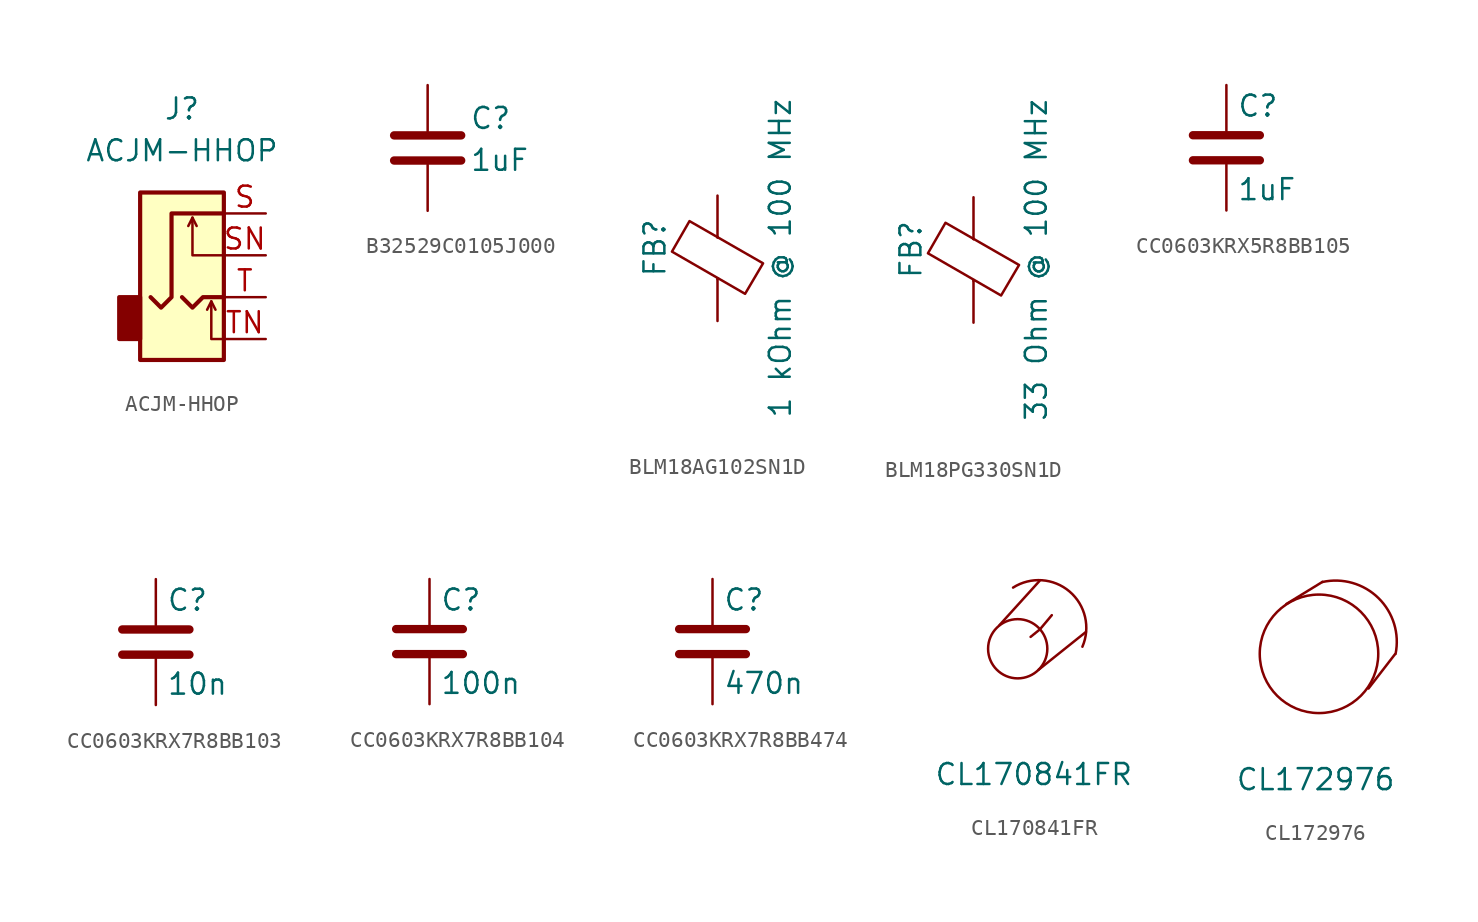
<source format=kicad_sym>
(kicad_symbol_lib
  (version 20220914)
  (generator kicad_symbol_editor)
  (symbol "ACJM-HHOP"
    (property "Reference" "J"
      (at 0 11.43 0)
      (effects (font (size 1.27 1.27))))
    (property "Value" "ACJM-HHOP"
      (at 0 8.89 0)
      (effects (font (size 1.27 1.27))))
    (symbol "ACJM-HHOP_0_1"
      (rectangle (start -2.54 0) (end -3.81 -2.54) (stroke (width 0.254) (type default)) (fill (type outline)))
      (rectangle (start 2.54 6.35) (end -2.54 -3.81) (stroke (width 0.254) (type default)) (fill (type background))))
    (symbol "ACJM-HHOP_1_1"
      (polyline (pts (xy 0.635 4.826) (xy 0.889 4.318)) (stroke (width 0) (type default)) (fill (type none)))
      (polyline (pts (xy 1.778 -0.254) (xy 2.032 -0.762)) (stroke (width 0) (type default)) (fill (type none)))
      (polyline (pts (xy 0 0) (xy 0.635 -0.635) (xy 1.27 0) (xy 2.54 0)) (stroke (width 0.254) (type default)) (fill (type none)))
      (polyline (pts (xy 2.54 -2.54) (xy 1.778 -2.54) (xy 1.778 -0.254) (xy 1.524 -0.762)) (stroke (width 0) (type default)) (fill (type none)))
      (polyline (pts (xy 2.54 2.54) (xy 0.635 2.54) (xy 0.635 4.826) (xy 0.381 4.318)) (stroke (width 0) (type default)) (fill (type none)))
      (polyline (pts (xy 2.54 5.08) (xy -0.635 5.08) (xy -0.635 0) (xy -1.27 -0.635) (xy -1.905 0)) (stroke (width 0.254) (type default)) (fill (type none)))
      (pin passive line (at 5.08 5.08 180) (length 2.54) (name "~" (effects (font (size 1.27 1.27)))) (number "S" (effects (font (size 1.27 1.27)))))
      (pin passive line (at 5.08 2.54 180) (length 2.54) (name "~" (effects (font (size 1.27 1.27)))) (number "SN" (effects (font (size 1.27 1.27)))))
      (pin passive line (at 5.08 0 180) (length 2.54) (name "~" (effects (font (size 1.27 1.27)))) (number "T" (effects (font (size 1.27 1.27)))))
      (pin passive line (at 5.08 -2.54 180) (length 2.54) (name "~" (effects (font (size 1.27 1.27)))) (number "TN" (effects (font (size 1.27 1.27)))))))
  (symbol "B32529C0105J000"
    (pin_numbers hide)
    (pin_names
      (offset 0) hide)
    (property "Reference" "C"
      (at 2.54 2.54 0)
      (effects (font (size 1.27 1.27)) (justify left top)))
    (property "Value" "1uF"
      (at 2.54 0 0)
      (effects (font (size 1.27 1.27)) (justify left top)))
    (symbol "B32529C0105J000_0_1"
      (polyline (pts (xy -2.032 -0.762) (xy 2.032 -0.762)) (stroke (width 0.508) (type default)) (fill (type none)))
      (polyline (pts (xy -2.032 0.762) (xy 2.032 0.762)) (stroke (width 0.508) (type default)) (fill (type none))))
    (symbol "B32529C0105J000_1_1"
      (pin passive line (at 0 3.81 270) (length 2.794) (name "~" (effects (font (size 1.27 1.27)))) (number "1" (effects (font (size 1.27 1.27)))))
      (pin passive line (at 0 -3.81 90) (length 2.794) (name "~" (effects (font (size 1.27 1.27)))) (number "2" (effects (font (size 1.27 1.27)))))))
  (symbol "BLM18AG102SN1D"
    (pin_numbers hide)
    (pin_names
      (offset 0))
    (property "Reference" "FB"
      (at -3.81 0.635 90)
      (effects (font (size 1.27 1.27))))
    (property "Value" "1 kOhm @ 100 MHz"
      (at 3.81 0 90)
      (effects (font (size 1.27 1.27))))
    (symbol "BLM18AG102SN1D_0_1"
      (polyline (pts (xy 0 -1.27) (xy 0 -1.219)) (stroke (width 0) (type default)) (fill (type none)))
      (polyline (pts (xy 0 1.27) (xy 0 1.295)) (stroke (width 0) (type default)) (fill (type none)))
      (polyline (pts (xy -2.769 0.406) (xy -1.702 2.261) (xy 2.769 -0.305) (xy 1.676 -2.159) (xy -2.769 0.406)) (stroke (width 0) (type default)) (fill (type none))))
    (symbol "BLM18AG102SN1D_1_1"
      (pin passive line (at 0 3.81 270) (length 2.54) (name "~" (effects (font (size 1.27 1.27)))) (number "1" (effects (font (size 1.27 1.27)))))
      (pin passive line (at 0 -3.81 90) (length 2.54) (name "~" (effects (font (size 1.27 1.27)))) (number "2" (effects (font (size 1.27 1.27)))))))
  (symbol "BLM18PG330SN1D"
    (pin_numbers hide)
    (pin_names
      (offset 0))
    (property "Reference" "FB"
      (at -3.81 0.635 90)
      (effects (font (size 1.27 1.27))))
    (property "Value" "33 Ohm @ 100 MHz"
      (at 3.81 0 90)
      (effects (font (size 1.27 1.27))))
    (symbol "BLM18PG330SN1D_0_1"
      (polyline (pts (xy 0 -1.27) (xy 0 -1.219)) (stroke (width 0) (type default)) (fill (type none)))
      (polyline (pts (xy 0 1.27) (xy 0 1.295)) (stroke (width 0) (type default)) (fill (type none)))
      (polyline (pts (xy -2.769 0.406) (xy -1.702 2.261) (xy 2.769 -0.305) (xy 1.676 -2.159) (xy -2.769 0.406)) (stroke (width 0) (type default)) (fill (type none))))
    (symbol "BLM18PG330SN1D_1_1"
      (pin passive line (at 0 3.81 270) (length 2.54) (name "~" (effects (font (size 1.27 1.27)))) (number "1" (effects (font (size 1.27 1.27)))))
      (pin passive line (at 0 -3.81 90) (length 2.54) (name "~" (effects (font (size 1.27 1.27)))) (number "2" (effects (font (size 1.27 1.27)))))))
  (symbol "CC0603KRX5R8BB105"
    (pin_numbers hide)
    (pin_names
      (offset 0.254))
    (property "Reference" "C"
      (at 0.635 2.54 0)
      (effects (font (size 1.27 1.27)) (justify left)))
    (property "Value" "1uF"
      (at 0.635 -2.54 0)
      (effects (font (size 1.27 1.27)) (justify left)))
    (symbol "CC0603KRX5R8BB105_0_1"
      (polyline (pts (xy -2.032 -0.762) (xy 2.032 -0.762)) (stroke (width 0.508) (type default)) (fill (type none)))
      (polyline (pts (xy -2.032 0.762) (xy 2.032 0.762)) (stroke (width 0.508) (type default)) (fill (type none))))
    (symbol "CC0603KRX5R8BB105_1_1"
      (pin passive line (at 0 3.81 270) (length 2.794) (name "~" (effects (font (size 1.27 1.27)))) (number "1" (effects (font (size 1.27 1.27)))))
      (pin passive line (at 0 -3.81 90) (length 2.794) (name "~" (effects (font (size 1.27 1.27)))) (number "2" (effects (font (size 1.27 1.27)))))))
  (symbol "CC0603KRX7R8BB103"
    (pin_numbers hide)
    (pin_names
      (offset 0.254))
    (property "Reference" "C"
      (at 0.635 2.54 0)
      (effects (font (size 1.27 1.27)) (justify left)))
    (property "Value" "10n"
      (at 0.635 -2.54 0)
      (effects (font (size 1.27 1.27)) (justify left)))
    (symbol "CC0603KRX7R8BB103_0_1"
      (polyline (pts (xy -2.032 -0.762) (xy 2.032 -0.762)) (stroke (width 0.508) (type default)) (fill (type none)))
      (polyline (pts (xy -2.032 0.762) (xy 2.032 0.762)) (stroke (width 0.508) (type default)) (fill (type none))))
    (symbol "CC0603KRX7R8BB103_1_1"
      (pin passive line (at 0 3.81 270) (length 2.794) (name "~" (effects (font (size 1.27 1.27)))) (number "1" (effects (font (size 1.27 1.27)))))
      (pin passive line (at 0 -3.81 90) (length 2.794) (name "~" (effects (font (size 1.27 1.27)))) (number "2" (effects (font (size 1.27 1.27)))))))
  (symbol "CC0603KRX7R8BB104"
    (pin_numbers hide)
    (pin_names
      (offset 0.254))
    (property "Reference" "C"
      (at 0.635 2.54 0)
      (effects (font (size 1.27 1.27)) (justify left)))
    (property "Value" "100n"
      (at 0.635 -2.54 0)
      (effects (font (size 1.27 1.27)) (justify left)))
    (symbol "CC0603KRX7R8BB104_0_1"
      (polyline (pts (xy -2.032 -0.762) (xy 2.032 -0.762)) (stroke (width 0.508) (type default)) (fill (type none)))
      (polyline (pts (xy -2.032 0.762) (xy 2.032 0.762)) (stroke (width 0.508) (type default)) (fill (type none))))
    (symbol "CC0603KRX7R8BB104_1_1"
      (pin passive line (at 0 3.81 270) (length 2.794) (name "~" (effects (font (size 1.27 1.27)))) (number "1" (effects (font (size 1.27 1.27)))))
      (pin passive line (at 0 -3.81 90) (length 2.794) (name "~" (effects (font (size 1.27 1.27)))) (number "2" (effects (font (size 1.27 1.27)))))))
  (symbol "CC0603KRX7R8BB474"
    (pin_numbers hide)
    (pin_names
      (offset 0.254))
    (property "Reference" "C"
      (at 0.635 2.54 0)
      (effects (font (size 1.27 1.27)) (justify left)))
    (property "Value" "470n"
      (at 0.635 -2.54 0)
      (effects (font (size 1.27 1.27)) (justify left)))
    (symbol "CC0603KRX7R8BB474_0_1"
      (polyline (pts (xy -2.032 -0.762) (xy 2.032 -0.762)) (stroke (width 0.508) (type default)) (fill (type none)))
      (polyline (pts (xy -2.032 0.762) (xy 2.032 0.762)) (stroke (width 0.508) (type default)) (fill (type none))))
    (symbol "CC0603KRX7R8BB474_1_1"
      (pin passive line (at 0 3.81 270) (length 2.794) (name "~" (effects (font (size 1.27 1.27)))) (number "1" (effects (font (size 1.27 1.27)))))
      (pin passive line (at 0 -3.81 90) (length 2.794) (name "~" (effects (font (size 1.27 1.27)))) (number "2" (effects (font (size 1.27 1.27)))))))
  (symbol "CL170841FR"
    (pin_numbers hide)
    (pin_names
      (offset 0) hide)
    (property "Reference" "KN"
      (at -1.27 -5.08 0)
      (effects (font (size 1.27 1.27)) (justify left) hide))
    (property "Value" "CL170841FR"
      (at -5.08 -7.62 0)
      (effects (font (size 1.27 1.27)) (justify left)))
    (symbol "CL170841FR_0_1"
      (polyline (pts (xy -1.101 1.438) (xy 1.322 4.112)) (stroke (width 0) (type default)) (fill (type none)))
      (polyline (pts (xy 1.27 -1.27) (xy 4.136 1.02)) (stroke (width 0) (type default)) (fill (type none)))
      (polyline (pts (xy 0.782 0.72) (xy 1.348 1.177) (xy 2.068 2.037)) (stroke (width 0) (type default)) (fill (type none)))
      (circle (center 0 0) (radius 1.796) (stroke (width 0) (type default)) (fill (type none)))
      (arc (start 3.9235 0.1231) (mid 3.1456 3.4697) (end -0.282 3.7089) (stroke (width 0) (type default)) (fill (type none)))))
  (symbol "CL172976"
    (pin_numbers hide)
    (pin_names
      (offset 0) hide)
    (property "Reference" "KN"
      (at -1.27 -5.08 0)
      (effects (font (size 1.27 1.27)) (justify left) hide))
    (property "Value" "CL172976"
      (at -5.08 -7.62 0)
      (effects (font (size 1.27 1.27)) (justify left)))
    (symbol "CL172976_0_1"
      (polyline (pts (xy -1.978 3.022) (xy 0.212 4.364)) (stroke (width 0) (type default)) (fill (type none)))
      (polyline (pts (xy 3 -2.103) (xy 4.606 -0.024)) (stroke (width 0) (type default)) (fill (type none)))
      (circle (center 0 0) (radius 3.592) (stroke (width 0) (type default)) (fill (type none)))
      (arc (start 4.6424 -0.0063) (mid 3.6053 3.3791) (end 0.201 4.3523) (stroke (width 0) (type default)) (fill (type none))))))
</source>
